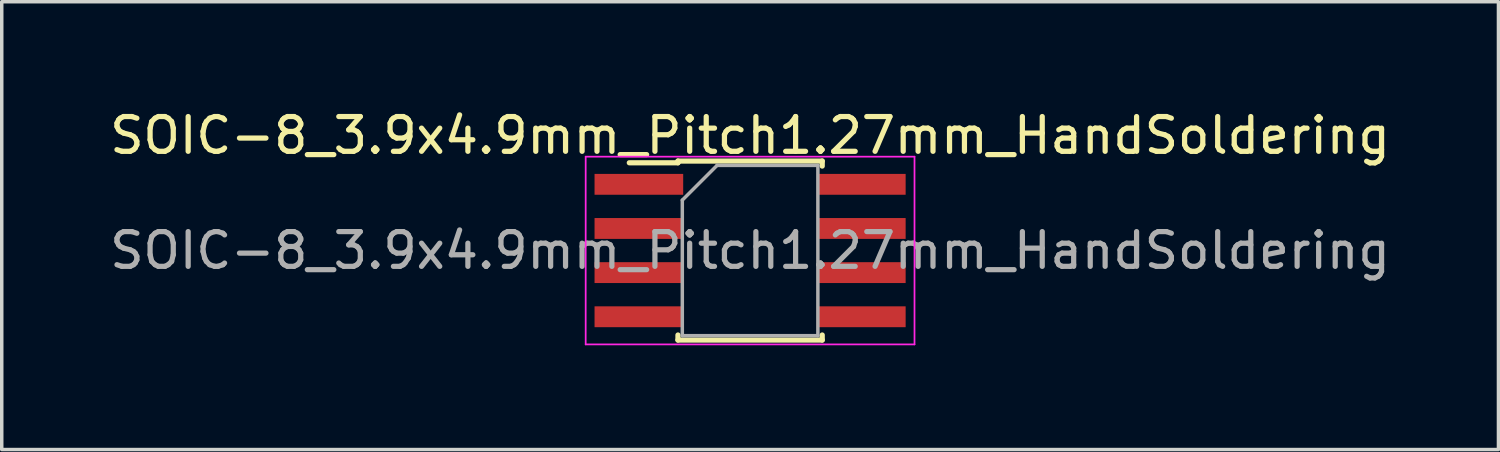
<source format=kicad_pcb>
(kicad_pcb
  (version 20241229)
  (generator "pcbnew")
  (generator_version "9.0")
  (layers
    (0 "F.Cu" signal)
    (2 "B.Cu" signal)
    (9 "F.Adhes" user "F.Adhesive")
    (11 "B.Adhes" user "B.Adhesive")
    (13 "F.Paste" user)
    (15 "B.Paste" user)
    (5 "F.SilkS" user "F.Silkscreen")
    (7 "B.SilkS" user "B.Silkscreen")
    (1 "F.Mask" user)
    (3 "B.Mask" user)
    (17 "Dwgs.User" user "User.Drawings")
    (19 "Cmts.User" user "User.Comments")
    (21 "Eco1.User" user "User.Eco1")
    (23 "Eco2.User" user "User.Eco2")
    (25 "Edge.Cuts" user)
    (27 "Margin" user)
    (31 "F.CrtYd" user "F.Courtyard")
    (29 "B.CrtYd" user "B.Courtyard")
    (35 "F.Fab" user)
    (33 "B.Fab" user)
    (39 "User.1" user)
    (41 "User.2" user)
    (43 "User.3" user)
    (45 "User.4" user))
  (footprint "SOIC-8_3.9x4.9mm_Pitch1.27mm_HandSoldering"
    (layer "F.Cu")
    (at 18.53 4.158)
    (property "Reference" "SOIC-8_3.9x4.9mm_Pitch1.27mm_HandSoldering" (at 0 -3.31 0) (layer "F.SilkS") (effects (font (size 1 1) (thickness 0.15))))
    (attr through_hole)
    (fp_line (start -2.075 -2.575) (end -2.075 -2.525) (stroke (width 0.15) (type solid)) (layer "F.SilkS"))
    (fp_line (start -2.075 -2.575) (end 2.075 -2.575) (stroke (width 0.15) (type solid)) (layer "F.SilkS"))
    (fp_line (start -2.075 -2.525) (end -3.475 -2.525) (stroke (width 0.15) (type solid)) (layer "F.SilkS"))
    (fp_line (start -2.075 2.575) (end -2.075 2.43) (stroke (width 0.15) (type solid)) (layer "F.SilkS"))
    (fp_line (start -2.075 2.575) (end 2.075 2.575) (stroke (width 0.15) (type solid)) (layer "F.SilkS"))
    (fp_line (start 2.075 -2.575) (end 2.075 -2.43) (stroke (width 0.15) (type solid)) (layer "F.SilkS"))
    (fp_line (start 2.075 2.575) (end 2.075 2.43) (stroke (width 0.15) (type solid)) (layer "F.SilkS"))
    (fp_line (start -4.73 -2.7) (end -4.73 2.7) (stroke (width 0.05) (type solid)) (layer "F.CrtYd"))
    (fp_line (start -4.73 -2.7) (end 4.73 -2.7) (stroke (width 0.05) (type solid)) (layer "F.CrtYd"))
    (fp_line (start -4.73 2.7) (end 4.73 2.7) (stroke (width 0.05) (type solid)) (layer "F.CrtYd"))
    (fp_line (start 4.73 -2.7) (end 4.73 2.7) (stroke (width 0.05) (type solid)) (layer "F.CrtYd"))
    (fp_line (start -1.95 -1.45) (end -0.95 -2.45) (stroke (width 0.1) (type solid)) (layer "F.Fab"))
    (fp_line (start -1.95 2.45) (end -1.95 -1.45) (stroke (width 0.1) (type solid)) (layer "F.Fab"))
    (fp_line (start -0.95 -2.45) (end 1.95 -2.45) (stroke (width 0.1) (type solid)) (layer "F.Fab"))
    (fp_line (start 1.95 -2.45) (end 1.95 2.45) (stroke (width 0.1) (type solid)) (layer "F.Fab"))
    (fp_line (start 1.95 2.45) (end -1.95 2.45) (stroke (width 0.1) (type solid)) (layer "F.Fab"))
    (fp_text user "${REFERENCE}" (at 0 0 0) (layer "F.Fab") (effects (font (size 1 1) (thickness 0.15))))
    (pad "1" smd rect (at -3.2 -1.905) (size 2.55 0.6) (layers "F.Cu" "F.Mask" "F.Paste"))
    (pad "2" smd rect (at -3.2 -0.635) (size 2.55 0.6) (layers "F.Cu" "F.Mask" "F.Paste"))
    (pad "3" smd rect (at -3.2 0.635) (size 2.55 0.6) (layers "F.Cu" "F.Mask" "F.Paste"))
    (pad "4" smd rect (at -3.2 1.905) (size 2.55 0.6) (layers "F.Cu" "F.Mask" "F.Paste"))
    (pad "5" smd rect (at 3.2 1.905) (size 2.55 0.6) (layers "F.Cu" "F.Mask" "F.Paste"))
    (pad "6" smd rect (at 3.2 0.635) (size 2.55 0.6) (layers "F.Cu" "F.Mask" "F.Paste"))
    (pad "7" smd rect (at 3.2 -0.635) (size 2.55 0.6) (layers "F.Cu" "F.Mask" "F.Paste"))
    (pad "8" smd rect (at 3.2 -1.905) (size 2.55 0.6) (layers "F.Cu" "F.Mask" "F.Paste")))
  (gr_rect
    (start -3 -3)
    (end 40.06 9.883)
    (stroke (width 0.1) (type default))
    (fill no)
    (layer "Edge.Cuts")))
</source>
